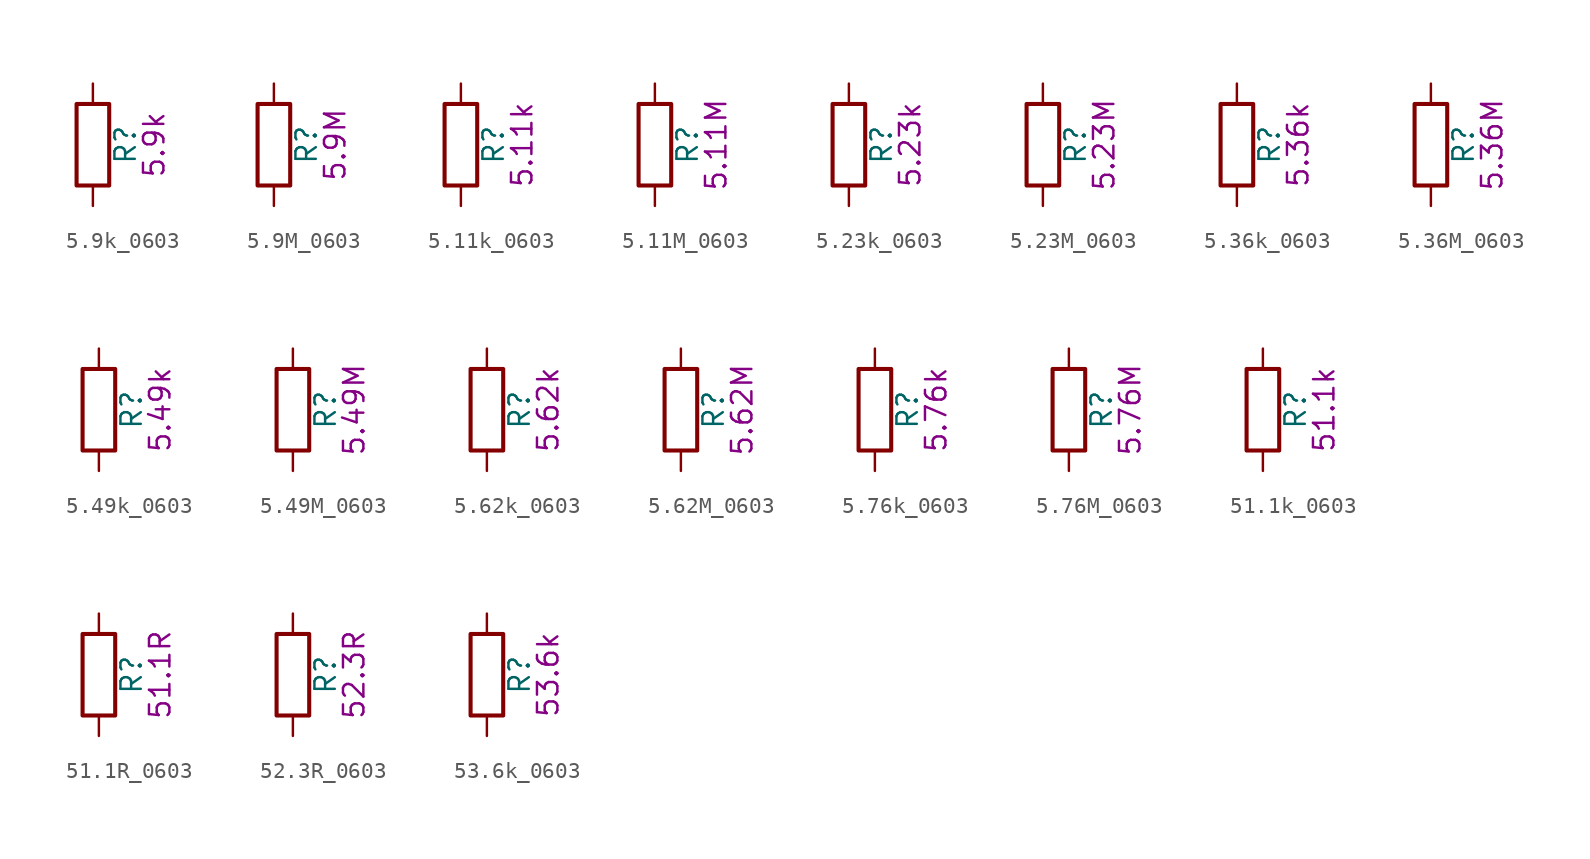
<source format=kicad_sym>
(kicad_symbol_lib
  (version 20211014)
  (generator kicad_symbol_editor)
  (symbol "5.9k_0603"
    (pin_numbers hide)
    (pin_names
      (offset 0))
    (property "Reference" "R"
      (at 2.032 0 90)
      (effects (font (size 1.27 1.27))))
    (property "Display" "5.9k"
      (at 3.81 0 90)
      (effects (font (size 1.27 1.27))))
    (symbol "5.9k_0603_0_1"
      (rectangle (start -1.016 -2.54) (end 1.016 2.54) (stroke (width 0.254) (type default) (color 0 0 0 0)) (fill (type none))))
    (symbol "5.9k_0603_1_1"
      (pin passive line (at 0 3.81 270) (length 1.27) (name "~" (effects (font (size 1.27 1.27)))) (number "1" (effects (font (size 1.27 1.27)))))
      (pin passive line (at 0 -3.81 90) (length 1.27) (name "~" (effects (font (size 1.27 1.27)))) (number "2" (effects (font (size 1.27 1.27)))))))
  (symbol "5.9M_0603"
    (pin_numbers hide)
    (pin_names
      (offset 0))
    (property "Reference" "R"
      (at 2.032 0 90)
      (effects (font (size 1.27 1.27))))
    (property "Display" "5.9M"
      (at 3.81 0 90)
      (effects (font (size 1.27 1.27))))
    (symbol "5.9M_0603_0_1"
      (rectangle (start -1.016 -2.54) (end 1.016 2.54) (stroke (width 0.254) (type default) (color 0 0 0 0)) (fill (type none))))
    (symbol "5.9M_0603_1_1"
      (pin passive line (at 0 3.81 270) (length 1.27) (name "~" (effects (font (size 1.27 1.27)))) (number "1" (effects (font (size 1.27 1.27)))))
      (pin passive line (at 0 -3.81 90) (length 1.27) (name "~" (effects (font (size 1.27 1.27)))) (number "2" (effects (font (size 1.27 1.27)))))))
  (symbol "5.11k_0603"
    (pin_numbers hide)
    (pin_names
      (offset 0))
    (property "Reference" "R"
      (at 2.032 0 90)
      (effects (font (size 1.27 1.27))))
    (property "Display" "5.11k"
      (at 3.81 0 90)
      (effects (font (size 1.27 1.27))))
    (symbol "5.11k_0603_0_1"
      (rectangle (start -1.016 -2.54) (end 1.016 2.54) (stroke (width 0.254) (type default) (color 0 0 0 0)) (fill (type none))))
    (symbol "5.11k_0603_1_1"
      (pin passive line (at 0 3.81 270) (length 1.27) (name "~" (effects (font (size 1.27 1.27)))) (number "1" (effects (font (size 1.27 1.27)))))
      (pin passive line (at 0 -3.81 90) (length 1.27) (name "~" (effects (font (size 1.27 1.27)))) (number "2" (effects (font (size 1.27 1.27)))))))
  (symbol "5.11M_0603"
    (pin_numbers hide)
    (pin_names
      (offset 0))
    (property "Reference" "R"
      (at 2.032 0 90)
      (effects (font (size 1.27 1.27))))
    (property "Display" "5.11M"
      (at 3.81 0 90)
      (effects (font (size 1.27 1.27))))
    (symbol "5.11M_0603_0_1"
      (rectangle (start -1.016 -2.54) (end 1.016 2.54) (stroke (width 0.254) (type default) (color 0 0 0 0)) (fill (type none))))
    (symbol "5.11M_0603_1_1"
      (pin passive line (at 0 3.81 270) (length 1.27) (name "~" (effects (font (size 1.27 1.27)))) (number "1" (effects (font (size 1.27 1.27)))))
      (pin passive line (at 0 -3.81 90) (length 1.27) (name "~" (effects (font (size 1.27 1.27)))) (number "2" (effects (font (size 1.27 1.27)))))))
  (symbol "5.23k_0603"
    (pin_numbers hide)
    (pin_names
      (offset 0))
    (property "Reference" "R"
      (at 2.032 0 90)
      (effects (font (size 1.27 1.27))))
    (property "Display" "5.23k"
      (at 3.81 0 90)
      (effects (font (size 1.27 1.27))))
    (symbol "5.23k_0603_0_1"
      (rectangle (start -1.016 -2.54) (end 1.016 2.54) (stroke (width 0.254) (type default) (color 0 0 0 0)) (fill (type none))))
    (symbol "5.23k_0603_1_1"
      (pin passive line (at 0 3.81 270) (length 1.27) (name "~" (effects (font (size 1.27 1.27)))) (number "1" (effects (font (size 1.27 1.27)))))
      (pin passive line (at 0 -3.81 90) (length 1.27) (name "~" (effects (font (size 1.27 1.27)))) (number "2" (effects (font (size 1.27 1.27)))))))
  (symbol "5.23M_0603"
    (pin_numbers hide)
    (pin_names
      (offset 0))
    (property "Reference" "R"
      (at 2.032 0 90)
      (effects (font (size 1.27 1.27))))
    (property "Display" "5.23M"
      (at 3.81 0 90)
      (effects (font (size 1.27 1.27))))
    (symbol "5.23M_0603_0_1"
      (rectangle (start -1.016 -2.54) (end 1.016 2.54) (stroke (width 0.254) (type default) (color 0 0 0 0)) (fill (type none))))
    (symbol "5.23M_0603_1_1"
      (pin passive line (at 0 3.81 270) (length 1.27) (name "~" (effects (font (size 1.27 1.27)))) (number "1" (effects (font (size 1.27 1.27)))))
      (pin passive line (at 0 -3.81 90) (length 1.27) (name "~" (effects (font (size 1.27 1.27)))) (number "2" (effects (font (size 1.27 1.27)))))))
  (symbol "5.36k_0603"
    (pin_numbers hide)
    (pin_names
      (offset 0))
    (property "Reference" "R"
      (at 2.032 0 90)
      (effects (font (size 1.27 1.27))))
    (property "Display" "5.36k"
      (at 3.81 0 90)
      (effects (font (size 1.27 1.27))))
    (symbol "5.36k_0603_0_1"
      (rectangle (start -1.016 -2.54) (end 1.016 2.54) (stroke (width 0.254) (type default) (color 0 0 0 0)) (fill (type none))))
    (symbol "5.36k_0603_1_1"
      (pin passive line (at 0 3.81 270) (length 1.27) (name "~" (effects (font (size 1.27 1.27)))) (number "1" (effects (font (size 1.27 1.27)))))
      (pin passive line (at 0 -3.81 90) (length 1.27) (name "~" (effects (font (size 1.27 1.27)))) (number "2" (effects (font (size 1.27 1.27)))))))
  (symbol "5.36M_0603"
    (pin_numbers hide)
    (pin_names
      (offset 0))
    (property "Reference" "R"
      (at 2.032 0 90)
      (effects (font (size 1.27 1.27))))
    (property "Display" "5.36M"
      (at 3.81 0 90)
      (effects (font (size 1.27 1.27))))
    (symbol "5.36M_0603_0_1"
      (rectangle (start -1.016 -2.54) (end 1.016 2.54) (stroke (width 0.254) (type default) (color 0 0 0 0)) (fill (type none))))
    (symbol "5.36M_0603_1_1"
      (pin passive line (at 0 3.81 270) (length 1.27) (name "~" (effects (font (size 1.27 1.27)))) (number "1" (effects (font (size 1.27 1.27)))))
      (pin passive line (at 0 -3.81 90) (length 1.27) (name "~" (effects (font (size 1.27 1.27)))) (number "2" (effects (font (size 1.27 1.27)))))))
  (symbol "5.49k_0603"
    (pin_numbers hide)
    (pin_names
      (offset 0))
    (property "Reference" "R"
      (at 2.032 0 90)
      (effects (font (size 1.27 1.27))))
    (property "Display" "5.49k"
      (at 3.81 0 90)
      (effects (font (size 1.27 1.27))))
    (symbol "5.49k_0603_0_1"
      (rectangle (start -1.016 -2.54) (end 1.016 2.54) (stroke (width 0.254) (type default) (color 0 0 0 0)) (fill (type none))))
    (symbol "5.49k_0603_1_1"
      (pin passive line (at 0 3.81 270) (length 1.27) (name "~" (effects (font (size 1.27 1.27)))) (number "1" (effects (font (size 1.27 1.27)))))
      (pin passive line (at 0 -3.81 90) (length 1.27) (name "~" (effects (font (size 1.27 1.27)))) (number "2" (effects (font (size 1.27 1.27)))))))
  (symbol "5.49M_0603"
    (pin_numbers hide)
    (pin_names
      (offset 0))
    (property "Reference" "R"
      (at 2.032 0 90)
      (effects (font (size 1.27 1.27))))
    (property "Display" "5.49M"
      (at 3.81 0 90)
      (effects (font (size 1.27 1.27))))
    (symbol "5.49M_0603_0_1"
      (rectangle (start -1.016 -2.54) (end 1.016 2.54) (stroke (width 0.254) (type default) (color 0 0 0 0)) (fill (type none))))
    (symbol "5.49M_0603_1_1"
      (pin passive line (at 0 3.81 270) (length 1.27) (name "~" (effects (font (size 1.27 1.27)))) (number "1" (effects (font (size 1.27 1.27)))))
      (pin passive line (at 0 -3.81 90) (length 1.27) (name "~" (effects (font (size 1.27 1.27)))) (number "2" (effects (font (size 1.27 1.27)))))))
  (symbol "5.62k_0603"
    (pin_numbers hide)
    (pin_names
      (offset 0))
    (property "Reference" "R"
      (at 2.032 0 90)
      (effects (font (size 1.27 1.27))))
    (property "Display" "5.62k"
      (at 3.81 0 90)
      (effects (font (size 1.27 1.27))))
    (symbol "5.62k_0603_0_1"
      (rectangle (start -1.016 -2.54) (end 1.016 2.54) (stroke (width 0.254) (type default) (color 0 0 0 0)) (fill (type none))))
    (symbol "5.62k_0603_1_1"
      (pin passive line (at 0 3.81 270) (length 1.27) (name "~" (effects (font (size 1.27 1.27)))) (number "1" (effects (font (size 1.27 1.27)))))
      (pin passive line (at 0 -3.81 90) (length 1.27) (name "~" (effects (font (size 1.27 1.27)))) (number "2" (effects (font (size 1.27 1.27)))))))
  (symbol "5.62M_0603"
    (pin_numbers hide)
    (pin_names
      (offset 0))
    (property "Reference" "R"
      (at 2.032 0 90)
      (effects (font (size 1.27 1.27))))
    (property "Display" "5.62M"
      (at 3.81 0 90)
      (effects (font (size 1.27 1.27))))
    (symbol "5.62M_0603_0_1"
      (rectangle (start -1.016 -2.54) (end 1.016 2.54) (stroke (width 0.254) (type default) (color 0 0 0 0)) (fill (type none))))
    (symbol "5.62M_0603_1_1"
      (pin passive line (at 0 3.81 270) (length 1.27) (name "~" (effects (font (size 1.27 1.27)))) (number "1" (effects (font (size 1.27 1.27)))))
      (pin passive line (at 0 -3.81 90) (length 1.27) (name "~" (effects (font (size 1.27 1.27)))) (number "2" (effects (font (size 1.27 1.27)))))))
  (symbol "5.76k_0603"
    (pin_numbers hide)
    (pin_names
      (offset 0))
    (property "Reference" "R"
      (at 2.032 0 90)
      (effects (font (size 1.27 1.27))))
    (property "Display" "5.76k"
      (at 3.81 0 90)
      (effects (font (size 1.27 1.27))))
    (symbol "5.76k_0603_0_1"
      (rectangle (start -1.016 -2.54) (end 1.016 2.54) (stroke (width 0.254) (type default) (color 0 0 0 0)) (fill (type none))))
    (symbol "5.76k_0603_1_1"
      (pin passive line (at 0 3.81 270) (length 1.27) (name "~" (effects (font (size 1.27 1.27)))) (number "1" (effects (font (size 1.27 1.27)))))
      (pin passive line (at 0 -3.81 90) (length 1.27) (name "~" (effects (font (size 1.27 1.27)))) (number "2" (effects (font (size 1.27 1.27)))))))
  (symbol "5.76M_0603"
    (pin_numbers hide)
    (pin_names
      (offset 0))
    (property "Reference" "R"
      (at 2.032 0 90)
      (effects (font (size 1.27 1.27))))
    (property "Display" "5.76M"
      (at 3.81 0 90)
      (effects (font (size 1.27 1.27))))
    (symbol "5.76M_0603_0_1"
      (rectangle (start -1.016 -2.54) (end 1.016 2.54) (stroke (width 0.254) (type default) (color 0 0 0 0)) (fill (type none))))
    (symbol "5.76M_0603_1_1"
      (pin passive line (at 0 3.81 270) (length 1.27) (name "~" (effects (font (size 1.27 1.27)))) (number "1" (effects (font (size 1.27 1.27)))))
      (pin passive line (at 0 -3.81 90) (length 1.27) (name "~" (effects (font (size 1.27 1.27)))) (number "2" (effects (font (size 1.27 1.27)))))))
  (symbol "51.1k_0603"
    (pin_numbers hide)
    (pin_names
      (offset 0))
    (property "Reference" "R"
      (at 2.032 0 90)
      (effects (font (size 1.27 1.27))))
    (property "Display" "51.1k"
      (at 3.81 0 90)
      (effects (font (size 1.27 1.27))))
    (symbol "51.1k_0603_0_1"
      (rectangle (start -1.016 -2.54) (end 1.016 2.54) (stroke (width 0.254) (type default) (color 0 0 0 0)) (fill (type none))))
    (symbol "51.1k_0603_1_1"
      (pin passive line (at 0 3.81 270) (length 1.27) (name "~" (effects (font (size 1.27 1.27)))) (number "1" (effects (font (size 1.27 1.27)))))
      (pin passive line (at 0 -3.81 90) (length 1.27) (name "~" (effects (font (size 1.27 1.27)))) (number "2" (effects (font (size 1.27 1.27)))))))
  (symbol "51.1R_0603"
    (pin_numbers hide)
    (pin_names
      (offset 0))
    (property "Reference" "R"
      (at 2.032 0 90)
      (effects (font (size 1.27 1.27))))
    (property "Display" "51.1R"
      (at 3.81 0 90)
      (effects (font (size 1.27 1.27))))
    (symbol "51.1R_0603_0_1"
      (rectangle (start -1.016 -2.54) (end 1.016 2.54) (stroke (width 0.254) (type default) (color 0 0 0 0)) (fill (type none))))
    (symbol "51.1R_0603_1_1"
      (pin passive line (at 0 3.81 270) (length 1.27) (name "~" (effects (font (size 1.27 1.27)))) (number "1" (effects (font (size 1.27 1.27)))))
      (pin passive line (at 0 -3.81 90) (length 1.27) (name "~" (effects (font (size 1.27 1.27)))) (number "2" (effects (font (size 1.27 1.27)))))))
  (symbol "52.3R_0603"
    (pin_numbers hide)
    (pin_names
      (offset 0))
    (property "Reference" "R"
      (at 2.032 0 90)
      (effects (font (size 1.27 1.27))))
    (property "Display" "52.3R"
      (at 3.81 0 90)
      (effects (font (size 1.27 1.27))))
    (symbol "52.3R_0603_0_1"
      (rectangle (start -1.016 -2.54) (end 1.016 2.54) (stroke (width 0.254) (type default) (color 0 0 0 0)) (fill (type none))))
    (symbol "52.3R_0603_1_1"
      (pin passive line (at 0 3.81 270) (length 1.27) (name "~" (effects (font (size 1.27 1.27)))) (number "1" (effects (font (size 1.27 1.27)))))
      (pin passive line (at 0 -3.81 90) (length 1.27) (name "~" (effects (font (size 1.27 1.27)))) (number "2" (effects (font (size 1.27 1.27)))))))
  (symbol "53.6k_0603"
    (pin_numbers hide)
    (pin_names
      (offset 0))
    (property "Reference" "R"
      (at 2.032 0 90)
      (effects (font (size 1.27 1.27))))
    (property "Display" "53.6k"
      (at 3.81 0 90)
      (effects (font (size 1.27 1.27))))
    (symbol "53.6k_0603_0_1"
      (rectangle (start -1.016 -2.54) (end 1.016 2.54) (stroke (width 0.254) (type default) (color 0 0 0 0)) (fill (type none))))
    (symbol "53.6k_0603_1_1"
      (pin passive line (at 0 3.81 270) (length 1.27) (name "~" (effects (font (size 1.27 1.27)))) (number "1" (effects (font (size 1.27 1.27)))))
      (pin passive line (at 0 -3.81 90) (length 1.27) (name "~" (effects (font (size 1.27 1.27)))) (number "2" (effects (font (size 1.27 1.27))))))))
</source>
